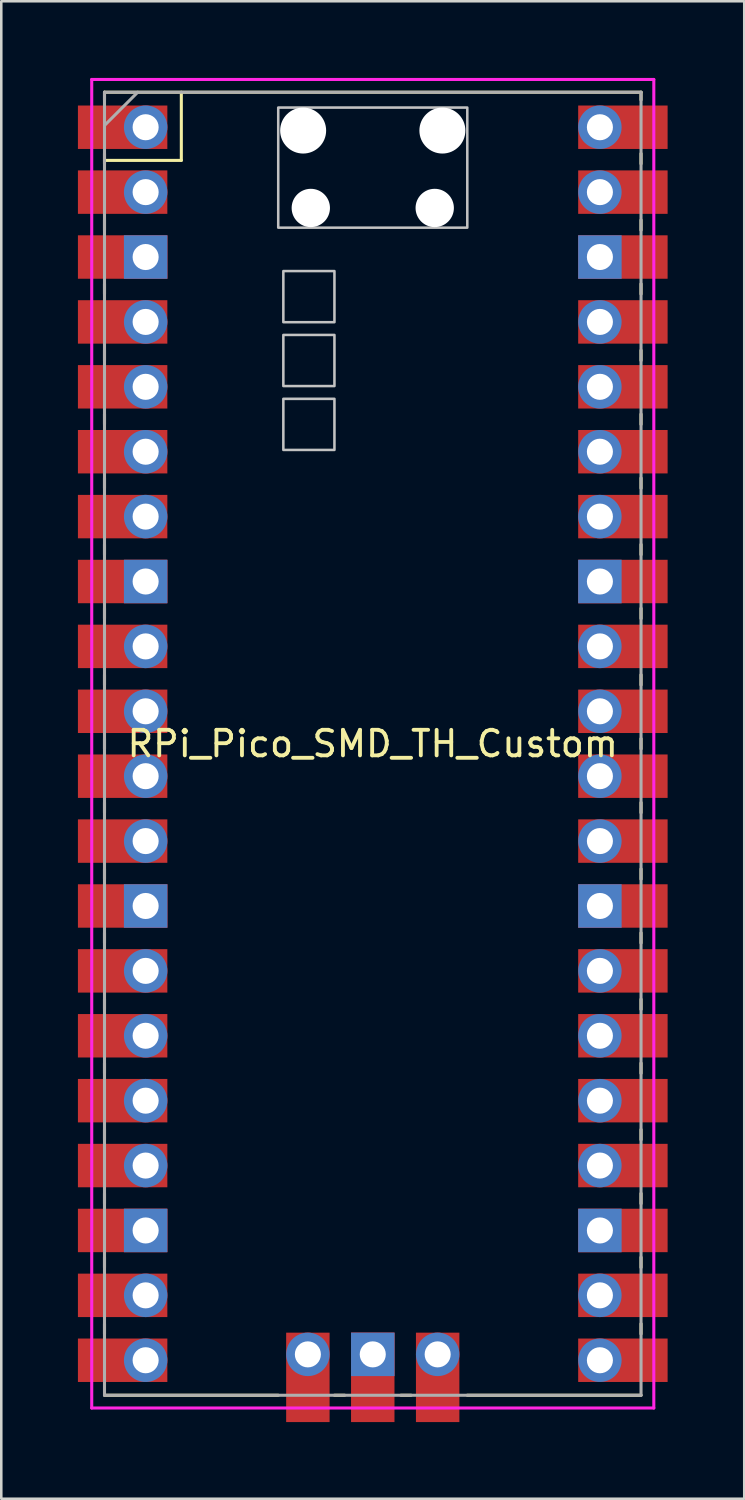
<source format=kicad_pcb>
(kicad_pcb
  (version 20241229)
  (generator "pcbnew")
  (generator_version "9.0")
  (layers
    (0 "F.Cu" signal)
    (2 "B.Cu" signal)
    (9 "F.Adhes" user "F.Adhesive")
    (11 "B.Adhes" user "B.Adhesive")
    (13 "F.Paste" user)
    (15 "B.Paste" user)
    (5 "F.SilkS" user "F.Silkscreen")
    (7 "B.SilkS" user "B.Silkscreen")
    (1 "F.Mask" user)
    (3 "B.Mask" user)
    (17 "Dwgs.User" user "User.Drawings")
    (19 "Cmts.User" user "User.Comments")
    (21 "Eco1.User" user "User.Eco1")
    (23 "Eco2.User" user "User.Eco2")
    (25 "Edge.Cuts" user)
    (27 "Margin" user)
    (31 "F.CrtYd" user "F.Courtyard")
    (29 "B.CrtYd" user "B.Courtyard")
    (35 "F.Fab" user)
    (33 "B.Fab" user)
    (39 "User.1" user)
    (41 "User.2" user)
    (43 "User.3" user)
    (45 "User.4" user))
  (footprint "RPi_Pico_SMD_TH_Custom"
    (layer "F.Cu")
    (at 11.54 26.06)
    (property "Reference" "RPi_Pico_SMD_TH_Custom" (at 0 0 0) (layer "F.SilkS") (effects (font (size 1 1) (thickness 0.15))))
    (attr through_hole)
    (fp_line (start -10.5 -25.5) (end -10.5 -25.2) (stroke (width 0.12) (type solid)) (layer "F.SilkS"))
    (fp_line (start -10.5 -25.5) (end 10.5 -25.5) (stroke (width 0.12) (type solid)) (layer "F.SilkS"))
    (fp_line (start -10.5 -23.1) (end -10.5 -22.7) (stroke (width 0.12) (type solid)) (layer "F.SilkS"))
    (fp_line (start -10.5 -22.833) (end -7.493 -22.833) (stroke (width 0.12) (type solid)) (layer "F.SilkS"))
    (fp_line (start -10.5 -20.5) (end -10.5 -20.1) (stroke (width 0.12) (type solid)) (layer "F.SilkS"))
    (fp_line (start -10.5 -18) (end -10.5 -17.6) (stroke (width 0.12) (type solid)) (layer "F.SilkS"))
    (fp_line (start -10.5 -15.4) (end -10.5 -15) (stroke (width 0.12) (type solid)) (layer "F.SilkS"))
    (fp_line (start -10.5 -12.9) (end -10.5 -12.5) (stroke (width 0.12) (type solid)) (layer "F.SilkS"))
    (fp_line (start -10.5 -10.4) (end -10.5 -10) (stroke (width 0.12) (type solid)) (layer "F.SilkS"))
    (fp_line (start -10.5 -7.8) (end -10.5 -7.4) (stroke (width 0.12) (type solid)) (layer "F.SilkS"))
    (fp_line (start -10.5 -5.3) (end -10.5 -4.9) (stroke (width 0.12) (type solid)) (layer "F.SilkS"))
    (fp_line (start -10.5 -2.7) (end -10.5 -2.3) (stroke (width 0.12) (type solid)) (layer "F.SilkS"))
    (fp_line (start -10.5 -0.2) (end -10.5 0.2) (stroke (width 0.12) (type solid)) (layer "F.SilkS"))
    (fp_line (start -10.5 2.3) (end -10.5 2.7) (stroke (width 0.12) (type solid)) (layer "F.SilkS"))
    (fp_line (start -10.5 4.9) (end -10.5 5.3) (stroke (width 0.12) (type solid)) (layer "F.SilkS"))
    (fp_line (start -10.5 7.4) (end -10.5 7.8) (stroke (width 0.12) (type solid)) (layer "F.SilkS"))
    (fp_line (start -10.5 10) (end -10.5 10.4) (stroke (width 0.12) (type solid)) (layer "F.SilkS"))
    (fp_line (start -10.5 12.5) (end -10.5 12.9) (stroke (width 0.12) (type solid)) (layer "F.SilkS"))
    (fp_line (start -10.5 15.1) (end -10.5 15.5) (stroke (width 0.12) (type solid)) (layer "F.SilkS"))
    (fp_line (start -10.5 17.6) (end -10.5 18) (stroke (width 0.12) (type solid)) (layer "F.SilkS"))
    (fp_line (start -10.5 20.1) (end -10.5 20.5) (stroke (width 0.12) (type solid)) (layer "F.SilkS"))
    (fp_line (start -10.5 22.7) (end -10.5 23.1) (stroke (width 0.12) (type solid)) (layer "F.SilkS"))
    (fp_line (start -7.493 -22.833) (end -7.493 -25.5) (stroke (width 0.12) (type solid)) (layer "F.SilkS"))
    (fp_line (start -3.7 25.5) (end -10.5 25.5) (stroke (width 0.12) (type solid)) (layer "F.SilkS"))
    (fp_line (start -1.5 25.5) (end -1.1 25.5) (stroke (width 0.12) (type solid)) (layer "F.SilkS"))
    (fp_line (start 1.1 25.5) (end 1.5 25.5) (stroke (width 0.12) (type solid)) (layer "F.SilkS"))
    (fp_line (start 10.5 -25.5) (end 10.5 -25.2) (stroke (width 0.12) (type solid)) (layer "F.SilkS"))
    (fp_line (start 10.5 -23.1) (end 10.5 -22.7) (stroke (width 0.12) (type solid)) (layer "F.SilkS"))
    (fp_line (start 10.5 -20.5) (end 10.5 -20.1) (stroke (width 0.12) (type solid)) (layer "F.SilkS"))
    (fp_line (start 10.5 -18) (end 10.5 -17.6) (stroke (width 0.12) (type solid)) (layer "F.SilkS"))
    (fp_line (start 10.5 -15.4) (end 10.5 -15) (stroke (width 0.12) (type solid)) (layer "F.SilkS"))
    (fp_line (start 10.5 -12.9) (end 10.5 -12.5) (stroke (width 0.12) (type solid)) (layer "F.SilkS"))
    (fp_line (start 10.5 -10.4) (end 10.5 -10) (stroke (width 0.12) (type solid)) (layer "F.SilkS"))
    (fp_line (start 10.5 -7.8) (end 10.5 -7.4) (stroke (width 0.12) (type solid)) (layer "F.SilkS"))
    (fp_line (start 10.5 -5.3) (end 10.5 -4.9) (stroke (width 0.12) (type solid)) (layer "F.SilkS"))
    (fp_line (start 10.5 -2.7) (end 10.5 -2.3) (stroke (width 0.12) (type solid)) (layer "F.SilkS"))
    (fp_line (start 10.5 -0.2) (end 10.5 0.2) (stroke (width 0.12) (type solid)) (layer "F.SilkS"))
    (fp_line (start 10.5 2.3) (end 10.5 2.7) (stroke (width 0.12) (type solid)) (layer "F.SilkS"))
    (fp_line (start 10.5 4.9) (end 10.5 5.3) (stroke (width 0.12) (type solid)) (layer "F.SilkS"))
    (fp_line (start 10.5 7.4) (end 10.5 7.8) (stroke (width 0.12) (type solid)) (layer "F.SilkS"))
    (fp_line (start 10.5 10) (end 10.5 10.4) (stroke (width 0.12) (type solid)) (layer "F.SilkS"))
    (fp_line (start 10.5 12.5) (end 10.5 12.9) (stroke (width 0.12) (type solid)) (layer "F.SilkS"))
    (fp_line (start 10.5 15.1) (end 10.5 15.5) (stroke (width 0.12) (type solid)) (layer "F.SilkS"))
    (fp_line (start 10.5 17.6) (end 10.5 18) (stroke (width 0.12) (type solid)) (layer "F.SilkS"))
    (fp_line (start 10.5 20.1) (end 10.5 20.5) (stroke (width 0.12) (type solid)) (layer "F.SilkS"))
    (fp_line (start 10.5 22.7) (end 10.5 23.1) (stroke (width 0.12) (type solid)) (layer "F.SilkS"))
    (fp_line (start 10.5 25.5) (end 3.7 25.5) (stroke (width 0.12) (type solid)) (layer "F.SilkS"))
    (fp_poly (pts (xy -1.5 -16.5) (xy -3.5 -16.5) (xy -3.5 -18.5) (xy -1.5 -18.5)) (stroke (width 0.1) (type solid)) (fill no) (layer "Dwgs.User"))
    (fp_poly (pts (xy -1.5 -14) (xy -3.5 -14) (xy -3.5 -16) (xy -1.5 -16)) (stroke (width 0.1) (type solid)) (fill no) (layer "Dwgs.User"))
    (fp_poly (pts (xy -1.5 -11.5) (xy -3.5 -11.5) (xy -3.5 -13.5) (xy -1.5 -13.5)) (stroke (width 0.1) (type solid)) (fill no) (layer "Dwgs.User"))
    (fp_poly (pts (xy 3.7 -20.2) (xy -3.7 -20.2) (xy -3.7 -24.9) (xy 3.7 -24.9)) (stroke (width 0.1) (type solid)) (fill no) (layer "Dwgs.User"))
    (fp_line (start -11 -26) (end 11 -26) (stroke (width 0.12) (type solid)) (layer "F.CrtYd"))
    (fp_line (start -11 26) (end -11 -26) (stroke (width 0.12) (type solid)) (layer "F.CrtYd"))
    (fp_line (start 11 -26) (end 11 26) (stroke (width 0.12) (type solid)) (layer "F.CrtYd"))
    (fp_line (start 11 26) (end -11 26) (stroke (width 0.12) (type solid)) (layer "F.CrtYd"))
    (fp_line (start -10.5 -25.5) (end 10.5 -25.5) (stroke (width 0.12) (type solid)) (layer "F.Fab"))
    (fp_line (start -10.5 -24.2) (end -9.2 -25.5) (stroke (width 0.12) (type solid)) (layer "F.Fab"))
    (fp_line (start -10.5 25.5) (end -10.5 -25.5) (stroke (width 0.12) (type solid)) (layer "F.Fab"))
    (fp_line (start 10.5 -25.5) (end 10.5 25.5) (stroke (width 0.12) (type solid)) (layer "F.Fab"))
    (fp_line (start 10.5 25.5) (end -10.5 25.5) (stroke (width 0.12) (type solid)) (layer "F.Fab"))
    (pad "" np_thru_hole oval (at -2.725 -24) (size 1.8 1.8) (drill 1.8) (layers "*.Cu" "*.Mask"))
    (pad "" np_thru_hole oval (at -2.425 -20.97) (size 1.5 1.5) (drill 1.5) (layers "*.Cu" "*.Mask"))
    (pad "" np_thru_hole oval (at 2.425 -20.97) (size 1.5 1.5) (drill 1.5) (layers "*.Cu" "*.Mask"))
    (pad "" np_thru_hole oval (at 2.725 -24) (size 1.8 1.8) (drill 1.8) (layers "*.Cu" "*.Mask"))
    (pad "1" thru_hole oval (at -8.89 -24.13) (size 1.7 1.7) (drill 1.02) (layers "*.Cu" "*.Mask"))
    (pad "1" smd rect (at -8.89 -24.13) (size 3.5 1.7) (drill (offset -0.9 0)) (layers "F.Cu" "F.Mask"))
    (pad "2" thru_hole oval (at -8.89 -21.59) (size 1.7 1.7) (drill 1.02) (layers "*.Cu" "*.Mask"))
    (pad "2" smd rect (at -8.89 -21.59) (size 3.5 1.7) (drill (offset -0.9 0)) (layers "F.Cu" "F.Mask"))
    (pad "3" thru_hole rect (at -8.89 -19.05) (size 1.7 1.7) (drill 1.02) (layers "*.Cu" "*.Mask"))
    (pad "3" smd rect (at -8.89 -19.05) (size 3.5 1.7) (drill (offset -0.9 0)) (layers "F.Cu" "F.Mask"))
    (pad "4" thru_hole oval (at -8.89 -16.51) (size 1.7 1.7) (drill 1.02) (layers "*.Cu" "*.Mask"))
    (pad "4" smd rect (at -8.89 -16.51) (size 3.5 1.7) (drill (offset -0.9 0)) (layers "F.Cu" "F.Mask"))
    (pad "5" thru_hole oval (at -8.89 -13.97) (size 1.7 1.7) (drill 1.02) (layers "*.Cu" "*.Mask"))
    (pad "5" smd rect (at -8.89 -13.97) (size 3.5 1.7) (drill (offset -0.9 0)) (layers "F.Cu" "F.Mask"))
    (pad "6" thru_hole oval (at -8.89 -11.43) (size 1.7 1.7) (drill 1.02) (layers "*.Cu" "*.Mask"))
    (pad "6" smd rect (at -8.89 -11.43) (size 3.5 1.7) (drill (offset -0.9 0)) (layers "F.Cu" "F.Mask"))
    (pad "7" thru_hole oval (at -8.89 -8.89) (size 1.7 1.7) (drill 1.02) (layers "*.Cu" "*.Mask"))
    (pad "7" smd rect (at -8.89 -8.89) (size 3.5 1.7) (drill (offset -0.9 0)) (layers "F.Cu" "F.Mask"))
    (pad "8" thru_hole rect (at -8.89 -6.35) (size 1.7 1.7) (drill 1.02) (layers "*.Cu" "*.Mask"))
    (pad "8" smd rect (at -8.89 -6.35) (size 3.5 1.7) (drill (offset -0.9 0)) (layers "F.Cu" "F.Mask"))
    (pad "9" thru_hole oval (at -8.89 -3.81) (size 1.7 1.7) (drill 1.02) (layers "*.Cu" "*.Mask"))
    (pad "9" smd rect (at -8.89 -3.81) (size 3.5 1.7) (drill (offset -0.9 0)) (layers "F.Cu" "F.Mask"))
    (pad "10" thru_hole oval (at -8.89 -1.27) (size 1.7 1.7) (drill 1.02) (layers "*.Cu" "*.Mask"))
    (pad "10" smd rect (at -8.89 -1.27) (size 3.5 1.7) (drill (offset -0.9 0)) (layers "F.Cu" "F.Mask"))
    (pad "11" thru_hole oval (at -8.89 1.27) (size 1.7 1.7) (drill 1.02) (layers "*.Cu" "*.Mask"))
    (pad "11" smd rect (at -8.89 1.27) (size 3.5 1.7) (drill (offset -0.9 0)) (layers "F.Cu" "F.Mask"))
    (pad "12" thru_hole oval (at -8.89 3.81) (size 1.7 1.7) (drill 1.02) (layers "*.Cu" "*.Mask"))
    (pad "12" smd rect (at -8.89 3.81) (size 3.5 1.7) (drill (offset -0.9 0)) (layers "F.Cu" "F.Mask"))
    (pad "13" thru_hole rect (at -8.89 6.35) (size 1.7 1.7) (drill 1.02) (layers "*.Cu" "*.Mask"))
    (pad "13" smd rect (at -8.89 6.35) (size 3.5 1.7) (drill (offset -0.9 0)) (layers "F.Cu" "F.Mask"))
    (pad "14" thru_hole oval (at -8.89 8.89) (size 1.7 1.7) (drill 1.02) (layers "*.Cu" "*.Mask"))
    (pad "14" smd rect (at -8.89 8.89) (size 3.5 1.7) (drill (offset -0.9 0)) (layers "F.Cu" "F.Mask"))
    (pad "15" thru_hole oval (at -8.89 11.43) (size 1.7 1.7) (drill 1.02) (layers "*.Cu" "*.Mask"))
    (pad "15" smd rect (at -8.89 11.43) (size 3.5 1.7) (drill (offset -0.9 0)) (layers "F.Cu" "F.Mask"))
    (pad "16" thru_hole oval (at -8.89 13.97) (size 1.7 1.7) (drill 1.02) (layers "*.Cu" "*.Mask"))
    (pad "16" smd rect (at -8.89 13.97) (size 3.5 1.7) (drill (offset -0.9 0)) (layers "F.Cu" "F.Mask"))
    (pad "17" thru_hole oval (at -8.89 16.51) (size 1.7 1.7) (drill 1.02) (layers "*.Cu" "*.Mask"))
    (pad "17" smd rect (at -8.89 16.51) (size 3.5 1.7) (drill (offset -0.9 0)) (layers "F.Cu" "F.Mask"))
    (pad "18" thru_hole rect (at -8.89 19.05) (size 1.7 1.7) (drill 1.02) (layers "*.Cu" "*.Mask"))
    (pad "18" smd rect (at -8.89 19.05) (size 3.5 1.7) (drill (offset -0.9 0)) (layers "F.Cu" "F.Mask"))
    (pad "19" thru_hole oval (at -8.89 21.59) (size 1.7 1.7) (drill 1.02) (layers "*.Cu" "*.Mask"))
    (pad "19" smd rect (at -8.89 21.59) (size 3.5 1.7) (drill (offset -0.9 0)) (layers "F.Cu" "F.Mask"))
    (pad "20" thru_hole oval (at -8.89 24.13) (size 1.7 1.7) (drill 1.02) (layers "*.Cu" "*.Mask"))
    (pad "20" smd rect (at -8.89 24.13) (size 3.5 1.7) (drill (offset -0.9 0)) (layers "F.Cu" "F.Mask"))
    (pad "21" thru_hole oval (at 8.89 24.13) (size 1.7 1.7) (drill 1.02) (layers "*.Cu" "*.Mask"))
    (pad "21" smd rect (at 8.89 24.13) (size 3.5 1.7) (drill (offset 0.9 0)) (layers "F.Cu" "F.Mask"))
    (pad "22" thru_hole oval (at 8.89 21.59) (size 1.7 1.7) (drill 1.02) (layers "*.Cu" "*.Mask"))
    (pad "22" smd rect (at 8.89 21.59) (size 3.5 1.7) (drill (offset 0.9 0)) (layers "F.Cu" "F.Mask"))
    (pad "23" thru_hole rect (at 8.89 19.05) (size 1.7 1.7) (drill 1.02) (layers "*.Cu" "*.Mask"))
    (pad "23" smd rect (at 8.89 19.05) (size 3.5 1.7) (drill (offset 0.9 0)) (layers "F.Cu" "F.Mask"))
    (pad "24" thru_hole oval (at 8.89 16.51) (size 1.7 1.7) (drill 1.02) (layers "*.Cu" "*.Mask"))
    (pad "24" smd rect (at 8.89 16.51) (size 3.5 1.7) (drill (offset 0.9 0)) (layers "F.Cu" "F.Mask"))
    (pad "25" thru_hole oval (at 8.89 13.97) (size 1.7 1.7) (drill 1.02) (layers "*.Cu" "*.Mask"))
    (pad "25" smd rect (at 8.89 13.97) (size 3.5 1.7) (drill (offset 0.9 0)) (layers "F.Cu" "F.Mask"))
    (pad "26" thru_hole oval (at 8.89 11.43) (size 1.7 1.7) (drill 1.02) (layers "*.Cu" "*.Mask"))
    (pad "26" smd rect (at 8.89 11.43) (size 3.5 1.7) (drill (offset 0.9 0)) (layers "F.Cu" "F.Mask"))
    (pad "27" thru_hole oval (at 8.89 8.89) (size 1.7 1.7) (drill 1.02) (layers "*.Cu" "*.Mask"))
    (pad "27" smd rect (at 8.89 8.89) (size 3.5 1.7) (drill (offset 0.9 0)) (layers "F.Cu" "F.Mask"))
    (pad "28" thru_hole rect (at 8.89 6.35) (size 1.7 1.7) (drill 1.02) (layers "*.Cu" "*.Mask"))
    (pad "28" smd rect (at 8.89 6.35) (size 3.5 1.7) (drill (offset 0.9 0)) (layers "F.Cu" "F.Mask"))
    (pad "29" thru_hole oval (at 8.89 3.81) (size 1.7 1.7) (drill 1.02) (layers "*.Cu" "*.Mask"))
    (pad "29" smd rect (at 8.89 3.81) (size 3.5 1.7) (drill (offset 0.9 0)) (layers "F.Cu" "F.Mask"))
    (pad "30" thru_hole oval (at 8.89 1.27) (size 1.7 1.7) (drill 1.02) (layers "*.Cu" "*.Mask"))
    (pad "30" smd rect (at 8.89 1.27) (size 3.5 1.7) (drill (offset 0.9 0)) (layers "F.Cu" "F.Mask"))
    (pad "31" thru_hole oval (at 8.89 -1.27) (size 1.7 1.7) (drill 1.02) (layers "*.Cu" "*.Mask"))
    (pad "31" smd rect (at 8.89 -1.27) (size 3.5 1.7) (drill (offset 0.9 0)) (layers "F.Cu" "F.Mask"))
    (pad "32" thru_hole oval (at 8.89 -3.81) (size 1.7 1.7) (drill 1.02) (layers "*.Cu" "*.Mask"))
    (pad "32" smd rect (at 8.89 -3.81) (size 3.5 1.7) (drill (offset 0.9 0)) (layers "F.Cu" "F.Mask"))
    (pad "33" thru_hole rect (at 8.89 -6.35) (size 1.7 1.7) (drill 1.02) (layers "*.Cu" "*.Mask"))
    (pad "33" smd rect (at 8.89 -6.35) (size 3.5 1.7) (drill (offset 0.9 0)) (layers "F.Cu" "F.Mask"))
    (pad "34" thru_hole oval (at 8.89 -8.89) (size 1.7 1.7) (drill 1.02) (layers "*.Cu" "*.Mask"))
    (pad "34" smd rect (at 8.89 -8.89) (size 3.5 1.7) (drill (offset 0.9 0)) (layers "F.Cu" "F.Mask"))
    (pad "35" thru_hole oval (at 8.89 -11.43) (size 1.7 1.7) (drill 1.02) (layers "*.Cu" "*.Mask"))
    (pad "35" smd rect (at 8.89 -11.43) (size 3.5 1.7) (drill (offset 0.9 0)) (layers "F.Cu" "F.Mask"))
    (pad "36" thru_hole oval (at 8.89 -13.97) (size 1.7 1.7) (drill 1.02) (layers "*.Cu" "*.Mask"))
    (pad "36" smd rect (at 8.89 -13.97) (size 3.5 1.7) (drill (offset 0.9 0)) (layers "F.Cu" "F.Mask"))
    (pad "37" thru_hole oval (at 8.89 -16.51) (size 1.7 1.7) (drill 1.02) (layers "*.Cu" "*.Mask"))
    (pad "37" smd rect (at 8.89 -16.51) (size 3.5 1.7) (drill (offset 0.9 0)) (layers "F.Cu" "F.Mask"))
    (pad "38" thru_hole rect (at 8.89 -19.05) (size 1.7 1.7) (drill 1.02) (layers "*.Cu" "*.Mask"))
    (pad "38" smd rect (at 8.89 -19.05) (size 3.5 1.7) (drill (offset 0.9 0)) (layers "F.Cu" "F.Mask"))
    (pad "39" thru_hole oval (at 8.89 -21.59) (size 1.7 1.7) (drill 1.02) (layers "*.Cu" "*.Mask"))
    (pad "39" smd rect (at 8.89 -21.59) (size 3.5 1.7) (drill (offset 0.9 0)) (layers "F.Cu" "F.Mask"))
    (pad "40" thru_hole oval (at 8.89 -24.13) (size 1.7 1.7) (drill 1.02) (layers "*.Cu" "*.Mask"))
    (pad "40" smd rect (at 8.89 -24.13) (size 3.5 1.7) (drill (offset 0.9 0)) (layers "F.Cu" "F.Mask"))
    (pad "41" thru_hole oval (at -2.54 23.9) (size 1.7 1.7) (drill 1.02) (layers "*.Cu" "*.Mask"))
    (pad "41" smd rect (at -2.54 23.9 90) (size 3.5 1.7) (drill (offset -0.9 0)) (layers "F.Cu" "F.Mask"))
    (pad "42" thru_hole rect (at 0 23.9) (size 1.7 1.7) (drill 1.02) (layers "*.Cu" "*.Mask"))
    (pad "42" smd rect (at 0 23.9 90) (size 3.5 1.7) (drill (offset -0.9 0)) (layers "F.Cu" "F.Mask"))
    (pad "43" thru_hole oval (at 2.54 23.9) (size 1.7 1.7) (drill 1.02) (layers "*.Cu" "*.Mask"))
    (pad "43" smd rect (at 2.54 23.9 90) (size 3.5 1.7) (drill (offset -0.9 0)) (layers "F.Cu" "F.Mask")))
  (gr_rect
    (start -3 -3)
    (end 26.08 55.61)
    (stroke (width 0.1) (type default))
    (fill no)
    (layer "Edge.Cuts")))
</source>
